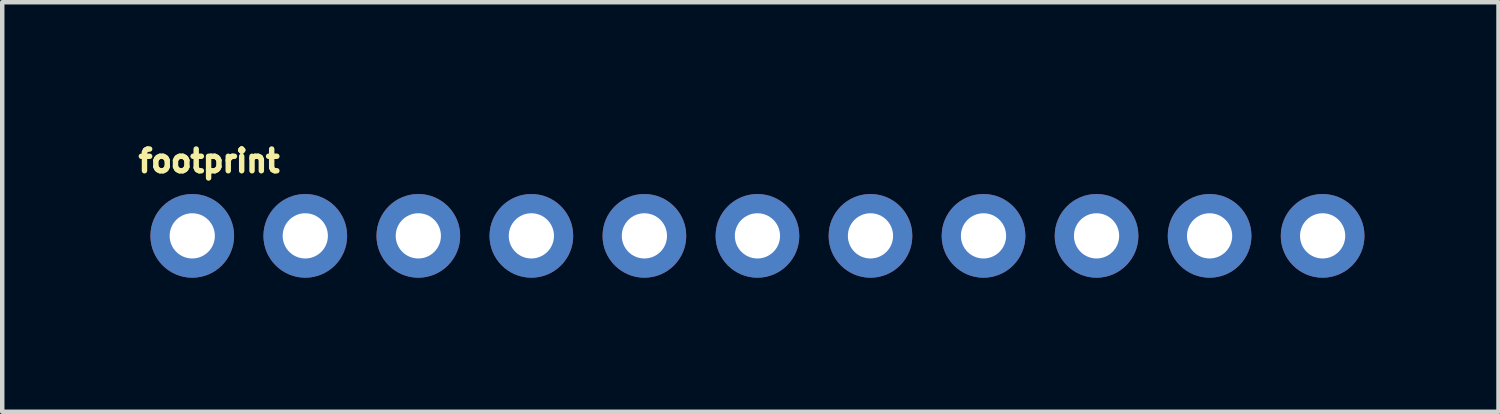
<source format=kicad_pcb>
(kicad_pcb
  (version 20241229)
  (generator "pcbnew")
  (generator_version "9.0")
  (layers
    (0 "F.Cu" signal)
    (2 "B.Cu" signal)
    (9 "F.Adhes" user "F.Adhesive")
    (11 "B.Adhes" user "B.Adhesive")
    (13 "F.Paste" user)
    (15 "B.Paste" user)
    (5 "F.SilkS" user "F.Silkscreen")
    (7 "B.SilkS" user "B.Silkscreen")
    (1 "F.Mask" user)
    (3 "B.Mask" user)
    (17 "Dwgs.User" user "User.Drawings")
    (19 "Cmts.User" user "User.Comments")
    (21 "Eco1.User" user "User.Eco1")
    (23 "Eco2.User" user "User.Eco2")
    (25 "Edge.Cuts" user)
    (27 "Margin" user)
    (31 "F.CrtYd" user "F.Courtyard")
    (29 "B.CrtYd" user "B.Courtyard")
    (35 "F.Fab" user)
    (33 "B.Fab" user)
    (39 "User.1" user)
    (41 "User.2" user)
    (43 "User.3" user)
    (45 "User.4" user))
  (footprint "footprint"
    (layer "F.Cu")
    (at 1.27 2.25)
    (property "Reference" "footprint" (at -1.27 -1.397 0) (layer "F.SilkS") (effects (font (size 0.488 0.488) (thickness 0.122)) (justify left bottom)))
    (fp_circle (center 0 0) (end 0.254 0) (stroke (width 0.508) (type solid)) (fill yes) (layer "F.Mask"))
    (fp_circle (center 2.54 0) (end 2.794 0) (stroke (width 0.508) (type solid)) (fill yes) (layer "F.Mask"))
    (fp_circle (center 5.08 0) (end 5.334 0) (stroke (width 0.508) (type solid)) (fill yes) (layer "F.Mask"))
    (fp_circle (center 7.62 0) (end 7.874 0) (stroke (width 0.508) (type solid)) (fill yes) (layer "F.Mask"))
    (fp_circle (center 10.16 0) (end 10.414 0) (stroke (width 0.508) (type solid)) (fill yes) (layer "F.Mask"))
    (fp_circle (center 12.7 0) (end 12.954 0) (stroke (width 0.508) (type solid)) (fill yes) (layer "F.Mask"))
    (fp_circle (center 15.24 0) (end 15.494 0) (stroke (width 0.508) (type solid)) (fill yes) (layer "F.Mask"))
    (fp_circle (center 17.78 0) (end 18.034 0) (stroke (width 0.508) (type solid)) (fill yes) (layer "F.Mask"))
    (fp_circle (center 20.32 0) (end 20.574 0) (stroke (width 0.508) (type solid)) (fill yes) (layer "F.Mask"))
    (fp_circle (center 22.86 0) (end 23.114 0) (stroke (width 0.508) (type solid)) (fill yes) (layer "F.Mask"))
    (fp_circle (center 25.4 0) (end 25.654 0) (stroke (width 0.508) (type solid)) (fill yes) (layer "F.Mask"))
    (fp_circle (center 0 0) (end 0.476 0) (stroke (width 0.953) (type solid)) (fill yes) (layer "B.Mask"))
    (fp_circle (center 2.54 0) (end 3.016 0) (stroke (width 0.953) (type solid)) (fill yes) (layer "B.Mask"))
    (fp_circle (center 5.08 0) (end 5.556 0) (stroke (width 0.953) (type solid)) (fill yes) (layer "B.Mask"))
    (fp_circle (center 7.62 0) (end 8.096 0) (stroke (width 0.953) (type solid)) (fill yes) (layer "B.Mask"))
    (fp_circle (center 10.16 0) (end 10.636 0) (stroke (width 0.953) (type solid)) (fill yes) (layer "B.Mask"))
    (fp_circle (center 12.7 0) (end 13.176 0) (stroke (width 0.953) (type solid)) (fill yes) (layer "B.Mask"))
    (fp_circle (center 15.24 0) (end 15.716 0) (stroke (width 0.953) (type solid)) (fill yes) (layer "B.Mask"))
    (fp_circle (center 17.78 0) (end 18.256 0) (stroke (width 0.953) (type solid)) (fill yes) (layer "B.Mask"))
    (fp_circle (center 20.32 0) (end 20.796 0) (stroke (width 0.953) (type solid)) (fill yes) (layer "B.Mask"))
    (fp_circle (center 22.86 0) (end 23.336 0) (stroke (width 0.953) (type solid)) (fill yes) (layer "B.Mask"))
    (fp_circle (center 25.4 0) (end 25.876 0) (stroke (width 0.953) (type solid)) (fill yes) (layer "B.Mask"))
    (pad "1" thru_hole circle (at 0 0 90) (size 1.88 1.88) (drill 1.016) (layers "*.Cu"))
    (pad "2" thru_hole circle (at 2.54 0 90) (size 1.88 1.88) (drill 1.016) (layers "*.Cu"))
    (pad "3" thru_hole circle (at 5.08 0 90) (size 1.88 1.88) (drill 1.016) (layers "*.Cu"))
    (pad "4" thru_hole circle (at 7.62 0 90) (size 1.88 1.88) (drill 1.016) (layers "*.Cu"))
    (pad "5" thru_hole circle (at 10.16 0 90) (size 1.88 1.88) (drill 1.016) (layers "*.Cu"))
    (pad "6" thru_hole circle (at 12.7 0 90) (size 1.88 1.88) (drill 1.016) (layers "*.Cu"))
    (pad "7" thru_hole circle (at 15.24 0 90) (size 1.88 1.88) (drill 1.016) (layers "*.Cu"))
    (pad "8" thru_hole circle (at 17.78 0 90) (size 1.88 1.88) (drill 1.016) (layers "*.Cu"))
    (pad "9" thru_hole circle (at 20.32 0 90) (size 1.88 1.88) (drill 1.016) (layers "*.Cu"))
    (pad "10" thru_hole circle (at 22.86 0 90) (size 1.88 1.88) (drill 1.016) (layers "*.Cu"))
    (pad "11" thru_hole circle (at 25.4 0 90) (size 1.88 1.88) (drill 1.016) (layers "*.Cu")))
  (gr_rect
    (start -3 -3)
    (end 30.622 6.203)
    (stroke (width 0.1) (type default))
    (fill no)
    (layer "Edge.Cuts")))
</source>
